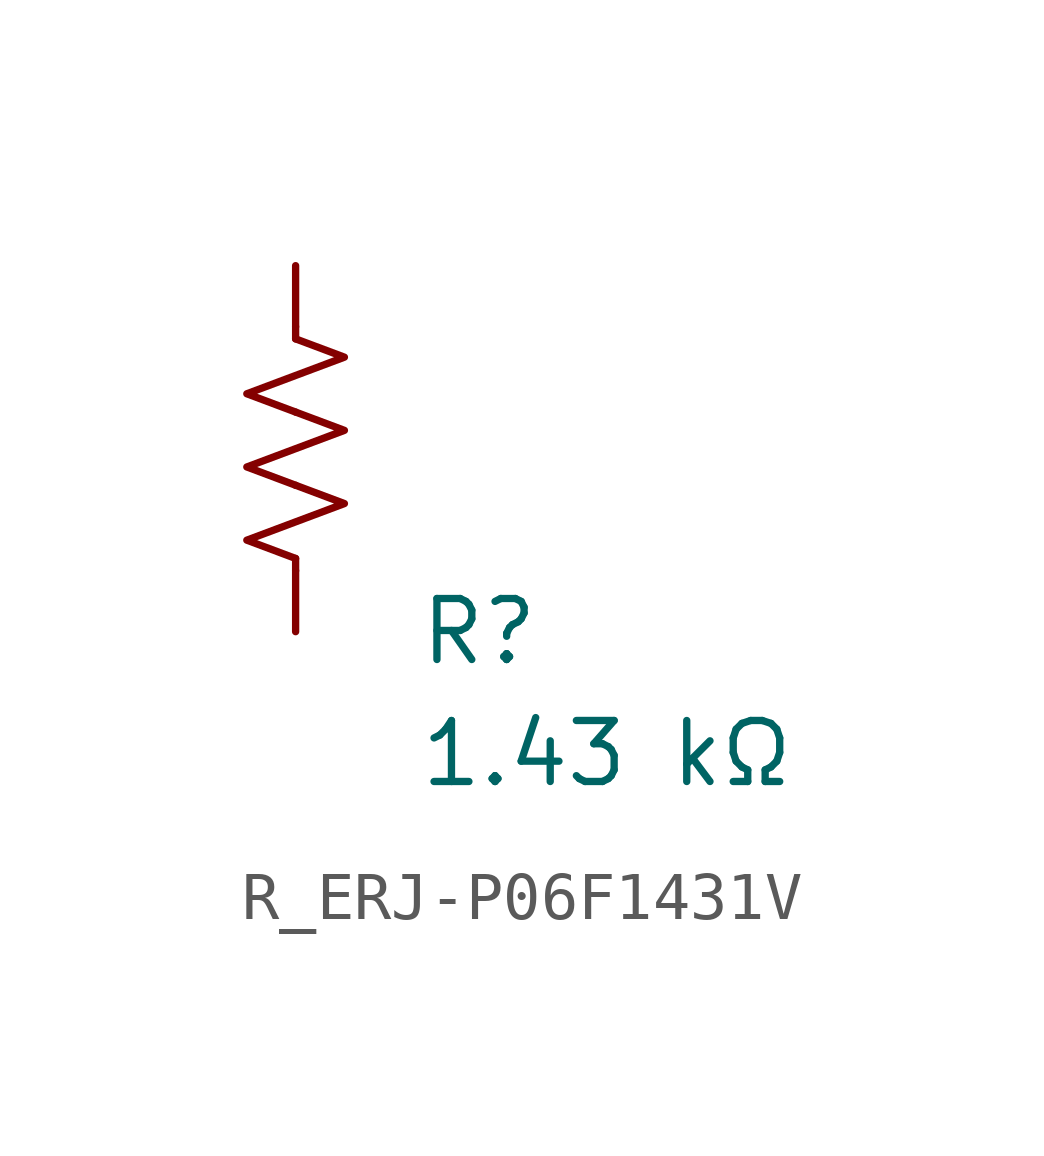
<source format=kicad_sym>
(kicad_symbol_lib
  (version 20231120)
  (generator "kicad_symbol_editor")
  (generator_version "8.0")
  (symbol "R_ERJ-P06F1431V"
    (pin_numbers hide)
    (pin_names
      (offset 0))
    (property "Reference" "R"
      (at 2.54 -3.81 0)
      (effects (font (size 1.27 1.27)) (justify left))
      (show_name no))
    (property "Value" "1.43 kΩ"
      (at 2.54 -6.35 0)
      (effects (font (size 1.27 1.27)) (justify left))
      (show_name no))
    (symbol "R_ERJ-P06F1431V_0_1"
      (polyline (pts (xy 0 -2.286) (xy 0 -2.54)) (stroke (width 0) (type default)) (fill (type none)))
      (polyline (pts (xy 0 2.286) (xy 0 2.54)) (stroke (width 0) (type default)) (fill (type none)))
      (polyline (pts (xy 0 -0.762) (xy 1.016 -1.143) (xy 0 -1.524) (xy -1.016 -1.905) (xy 0 -2.286)) (stroke (width 0) (type default)) (fill (type none)))
      (polyline (pts (xy 0 0.762) (xy 1.016 0.381) (xy 0 0) (xy -1.016 -0.381) (xy 0 -0.762)) (stroke (width 0) (type default)) (fill (type none)))
      (polyline (pts (xy 0 2.286) (xy 1.016 1.905) (xy 0 1.524) (xy -1.016 1.143) (xy 0 0.762)) (stroke (width 0) (type default)) (fill (type none))))
    (symbol "R_ERJ-P06F1431V_1_1"
      (pin passive line (at 0 3.81 270) (length 1.27) (name "~" (effects (font (size 1.27 1.27)))) (number "1" (effects (font (size 1.27 1.27)))))
      (pin passive line (at 0 -3.81 90) (length 1.27) (name "~" (effects (font (size 1.27 1.27)))) (number "2" (effects (font (size 1.27 1.27))))))))
</source>
